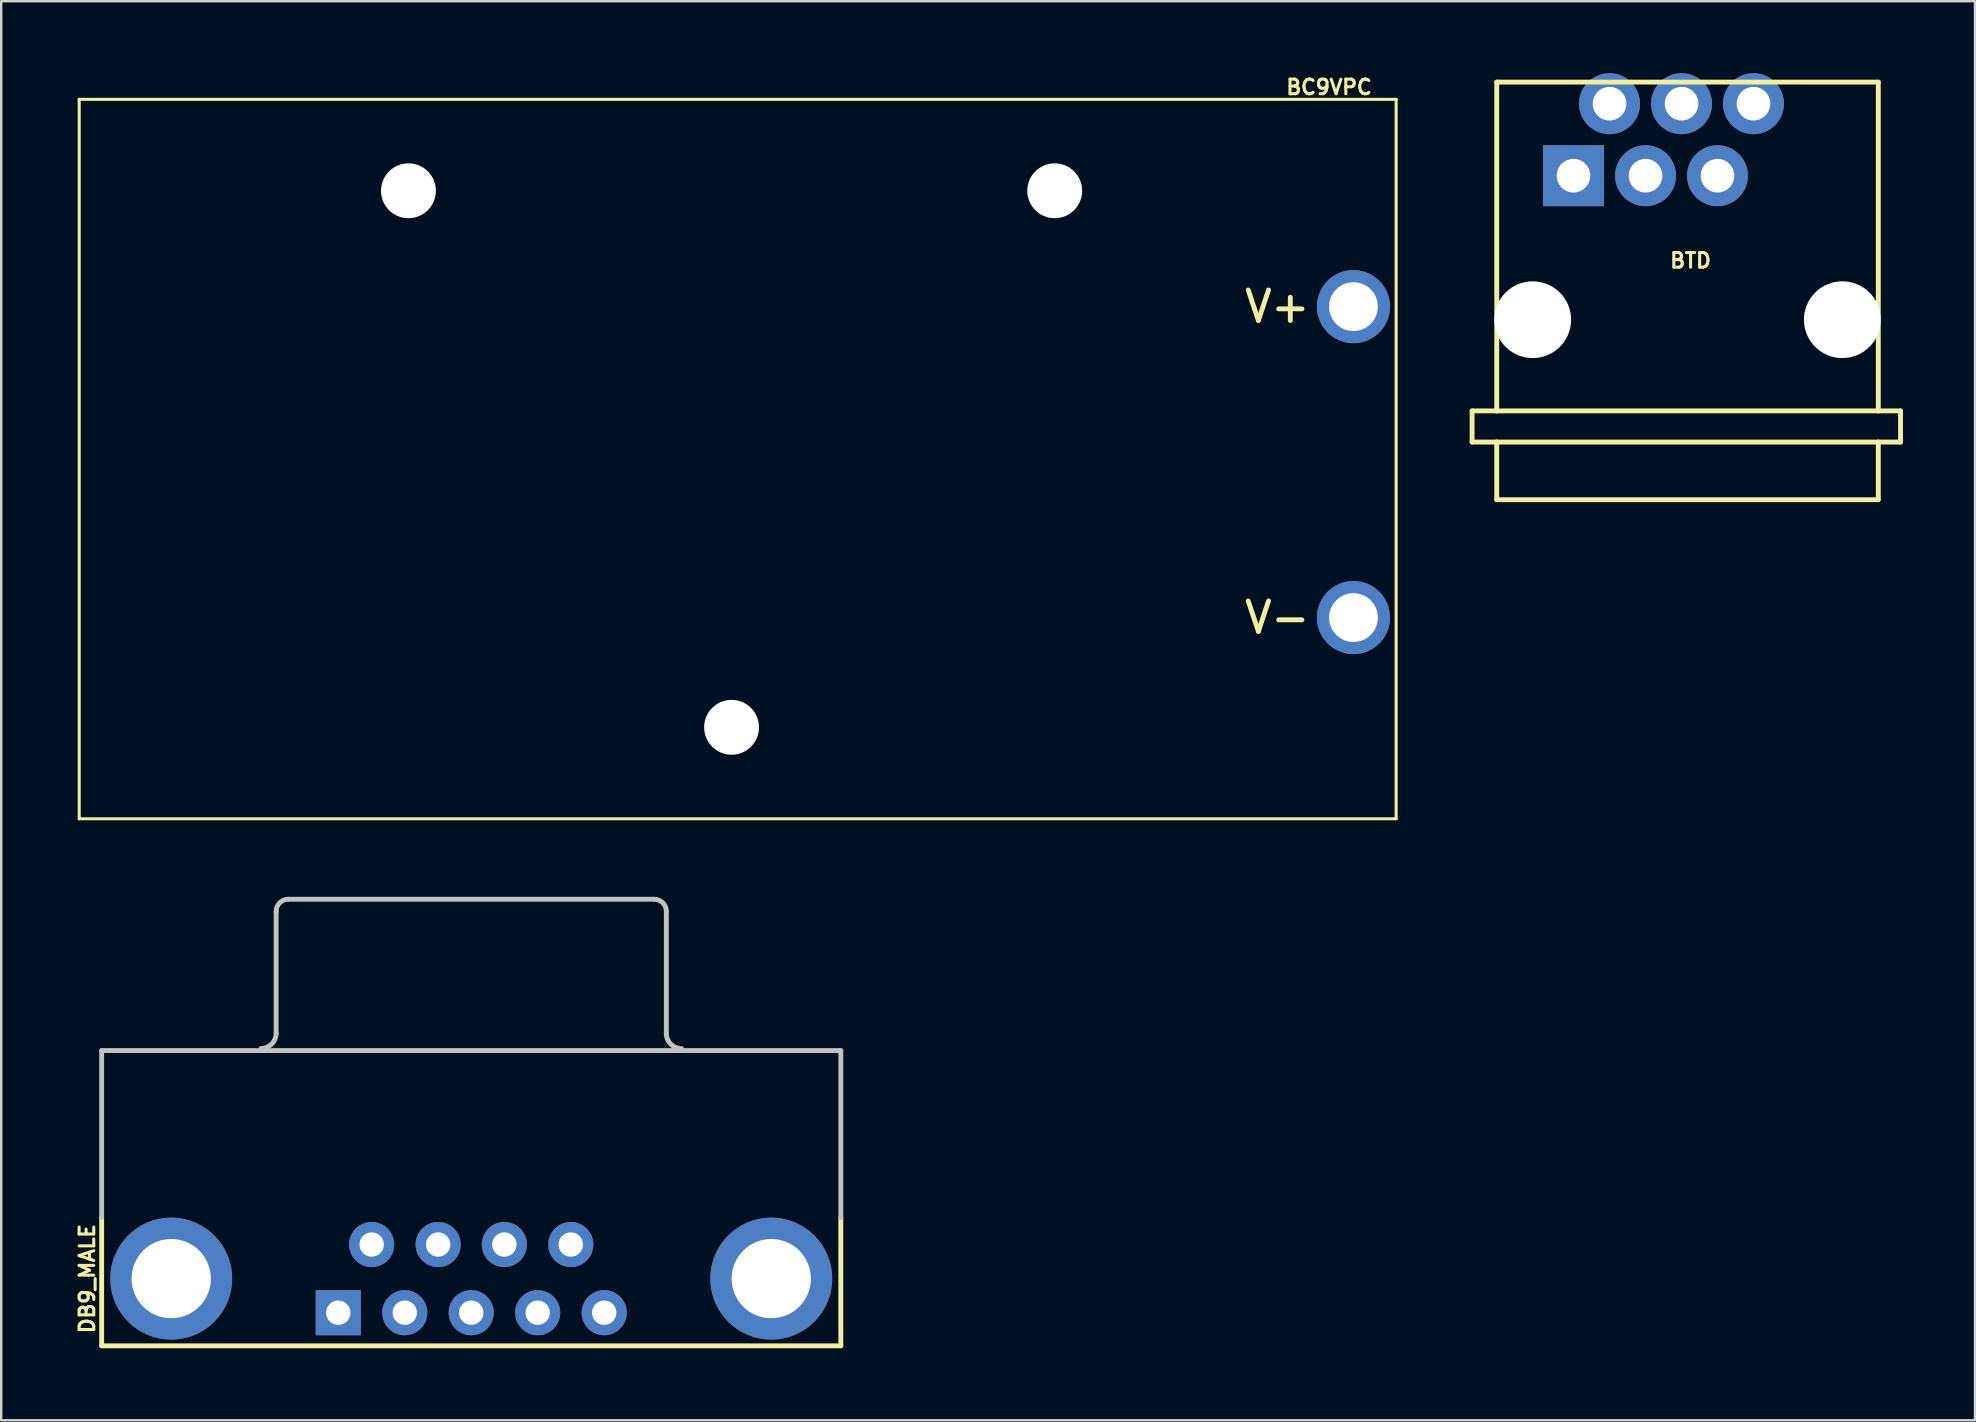
<source format=kicad_pcb>
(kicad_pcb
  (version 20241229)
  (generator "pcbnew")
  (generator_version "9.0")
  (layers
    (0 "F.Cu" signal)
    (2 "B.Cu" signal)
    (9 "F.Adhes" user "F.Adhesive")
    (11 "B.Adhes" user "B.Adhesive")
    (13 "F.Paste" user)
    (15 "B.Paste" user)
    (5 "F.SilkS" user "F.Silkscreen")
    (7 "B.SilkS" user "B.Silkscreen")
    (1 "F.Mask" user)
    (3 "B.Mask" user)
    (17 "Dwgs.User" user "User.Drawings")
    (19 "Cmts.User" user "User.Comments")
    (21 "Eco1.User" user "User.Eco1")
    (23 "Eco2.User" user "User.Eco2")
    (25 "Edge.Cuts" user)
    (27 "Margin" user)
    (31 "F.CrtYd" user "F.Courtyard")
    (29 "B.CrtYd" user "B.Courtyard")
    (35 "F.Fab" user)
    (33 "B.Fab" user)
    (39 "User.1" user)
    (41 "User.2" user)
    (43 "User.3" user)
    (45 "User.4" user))
  (footprint "BC9VPC"
    (layer "F.Cu")
    (at 0.25 31.06)
    (property "Reference" "BC9VPC" (at 52.07 -30.48 0) (layer "F.SilkS") (effects (font (size 0.61 0.61) (thickness 0.127))))
    (attr exclude_from_pos_files exclude_from_bom)
    (fp_line (start 0 -29.972) (end 54.864 -29.972) (stroke (width 0.127) (type solid)) (layer "F.SilkS"))
    (fp_line (start 0 0) (end 0 -29.972) (stroke (width 0.127) (type solid)) (layer "F.SilkS"))
    (fp_line (start 54.864 -29.972) (end 54.864 0) (stroke (width 0.127) (type solid)) (layer "F.SilkS"))
    (fp_line (start 54.864 0) (end 0 0) (stroke (width 0.127) (type solid)) (layer "F.SilkS"))
    (fp_text user "V+" (at 49.911 -21.336 0) (layer "F.SilkS") (effects (font (size 1.27 1.27) (thickness 0.203))))
    (fp_text user "V-" (at 49.911 -8.382 0) (layer "F.SilkS") (effects (font (size 1.27 1.27) (thickness 0.203))))
    (pad "" np_thru_hole circle (at 13.716 -26.162) (size 2.286 2.286) (drill 2.286) (layers "*.Cu" "*.Mask"))
    (pad "" np_thru_hole circle (at 27.178 -3.81) (size 2.286 2.286) (drill 2.286) (layers "*.Cu" "*.Mask"))
    (pad "" np_thru_hole circle (at 40.64 -26.162) (size 2.286 2.286) (drill 2.286) (layers "*.Cu" "*.Mask"))
    (pad "V+" thru_hole circle (at 53.086 -21.336) (size 3.048 3.048) (drill 2.032) (layers "*.Cu" "*.Paste" "*.Mask"))
    (pad "V-" thru_hole circle (at 53.086 -8.382) (size 3.048 3.048) (drill 2.032) (layers "*.Cu" "*.Paste" "*.Mask")))
  (footprint "BTD"
    (layer "F.Cu")
    (at 67.253 10.269)
    (property "Reference" "BTD" (at 0.127 -2.464 0) (layer "F.SilkS") (effects (font (size 0.61 0.61) (thickness 0.127))))
    (attr exclude_from_pos_files exclude_from_bom)
    (fp_line (start -8.974 3.8) (end -8.974 5.098) (stroke (width 0.203) (type solid)) (layer "F.SilkS"))
    (fp_line (start -8.974 3.8) (end -7.948 3.8) (stroke (width 0.203) (type solid)) (layer "F.SilkS"))
    (fp_line (start -8.974 5.098) (end -7.948 5.098) (stroke (width 0.203) (type solid)) (layer "F.SilkS"))
    (fp_line (start -7.948 -9.898) (end 7.948 -9.898) (stroke (width 0.203) (type solid)) (layer "F.SilkS"))
    (fp_line (start -7.948 3.8) (end -7.948 -9.898) (stroke (width 0.203) (type solid)) (layer "F.SilkS"))
    (fp_line (start -7.948 3.8) (end 7.948 3.8) (stroke (width 0.203) (type solid)) (layer "F.SilkS"))
    (fp_line (start -7.948 5.098) (end 7.948 5.098) (stroke (width 0.203) (type solid)) (layer "F.SilkS"))
    (fp_line (start -7.948 7.498) (end -7.948 5.098) (stroke (width 0.203) (type solid)) (layer "F.SilkS"))
    (fp_line (start -7.948 7.498) (end 7.948 7.498) (stroke (width 0.203) (type solid)) (layer "F.SilkS"))
    (fp_line (start 7.948 3.8) (end 7.948 -9.898) (stroke (width 0.203) (type solid)) (layer "F.SilkS"))
    (fp_line (start 7.948 3.8) (end 8.875 3.8) (stroke (width 0.203) (type solid)) (layer "F.SilkS"))
    (fp_line (start 7.948 5.098) (end 8.875 5.098) (stroke (width 0.203) (type solid)) (layer "F.SilkS"))
    (fp_line (start 7.948 7.498) (end 7.948 5.098) (stroke (width 0.203) (type solid)) (layer "F.SilkS"))
    (fp_line (start 8.875 3.8) (end 8.875 5.098) (stroke (width 0.203) (type solid)) (layer "F.SilkS"))
    (pad "" np_thru_hole circle (at -6.449 0) (size 3.198 3.198) (drill 3.198) (layers "*.Cu" "*.Mask"))
    (pad "" np_thru_hole circle (at 6.449 0) (size 3.198 3.198) (drill 3.198) (layers "*.Cu" "*.Mask"))
    (pad "1" thru_hole rect (at -4.75 -5.999) (size 2.54 2.54) (drill 1.4) (layers "*.Cu" "*.Paste" "*.Mask"))
    (pad "2" thru_hole circle (at -3.249 -8.999) (size 2.54 2.54) (drill 1.4) (layers "*.Cu" "*.Paste" "*.Mask"))
    (pad "3" thru_hole circle (at -1.748 -5.999) (size 2.54 2.54) (drill 1.4) (layers "*.Cu" "*.Paste" "*.Mask"))
    (pad "4" thru_hole circle (at -0.249 -8.999) (size 2.54 2.54) (drill 1.4) (layers "*.Cu" "*.Paste" "*.Mask"))
    (pad "5" thru_hole circle (at 1.25 -5.999) (size 2.54 2.54) (drill 1.4) (layers "*.Cu" "*.Paste" "*.Mask"))
    (pad "6" thru_hole circle (at 2.748 -8.999) (size 2.54 2.54) (drill 1.4) (layers "*.Cu" "*.Paste" "*.Mask")))
  (footprint "DB9_MALE"
    (layer "F.Cu")
    (at 16.582 50.218)
    (property "Reference" "DB9_MALE" (at -16.002 0 90) (layer "F.SilkS") (effects (font (size 0.61 0.61) (thickness 0.127))))
    (attr exclude_from_pos_files exclude_from_bom)
    (fp_line (start -15.397 2.799) (end -15.397 -2.54) (stroke (width 0.203) (type solid)) (layer "F.SilkS"))
    (fp_line (start -15.397 2.799) (end 15.397 2.799) (stroke (width 0.203) (type solid)) (layer "F.SilkS"))
    (fp_line (start 15.397 2.799) (end 15.397 -2.54) (stroke (width 0.203) (type solid)) (layer "F.SilkS"))
    (fp_line (start -15.397 -9.5) (end 15.397 -9.5) (stroke (width 0.203) (type solid)) (layer "Dwgs.User"))
    (fp_line (start -15.397 -2.543) (end -15.397 -9.5) (stroke (width 0.203) (type solid)) (layer "Dwgs.User"))
    (fp_line (start -8.128 -10.218) (end -8.128 -15.298) (stroke (width 0.203) (type solid)) (layer "Dwgs.User"))
    (fp_line (start -7.62 -15.806) (end 7.62 -15.806) (stroke (width 0.203) (type solid)) (layer "Dwgs.User"))
    (fp_line (start 8.128 -10.218) (end 8.128 -15.298) (stroke (width 0.203) (type solid)) (layer "Dwgs.User"))
    (fp_line (start 15.397 -2.54) (end 15.397 -9.5) (stroke (width 0.203) (type solid)) (layer "Dwgs.User"))
    (fp_arc (start -8.128 -15.29842) (mid -7.97921 -15.65763) (end -7.62 -15.80642) (stroke (width 0.2032) (type solid)) (layer "Dwgs.User"))
    (fp_arc (start -8.128 -10.21842) (mid -8.313243 -9.771203) (end -8.76046 -9.58596) (stroke (width 0.2032) (type solid)) (layer "Dwgs.User"))
    (fp_arc (start 7.62 -15.80642) (mid 7.97921 -15.65763) (end 8.128 -15.29842) (stroke (width 0.2032) (type solid)) (layer "Dwgs.User"))
    (fp_arc (start 8.76046 -9.58342) (mid 8.311447 -9.769407) (end 8.12546 -10.21842) (stroke (width 0.2032) (type solid)) (layer "Dwgs.User"))
    (pad "1" thru_hole circle (at 5.54 1.42) (size 1.88 1.88) (drill 1.016) (layers "*.Cu" "*.Paste" "*.Mask"))
    (pad "2" thru_hole circle (at 2.769 1.42) (size 1.88 1.88) (drill 1.016) (layers "*.Cu" "*.Paste" "*.Mask"))
    (pad "3" thru_hole circle (at 0 1.42) (size 1.88 1.88) (drill 1.016) (layers "*.Cu" "*.Paste" "*.Mask"))
    (pad "4" thru_hole circle (at -2.769 1.42) (size 1.88 1.88) (drill 1.016) (layers "*.Cu" "*.Paste" "*.Mask"))
    (pad "5" thru_hole rect (at -5.54 1.42) (size 1.88 1.88) (drill 1.016) (layers "*.Cu" "*.Paste" "*.Mask"))
    (pad "6" thru_hole circle (at 4.148 -1.42) (size 1.88 1.88) (drill 1.016) (layers "*.Cu" "*.Paste" "*.Mask"))
    (pad "7" thru_hole circle (at 1.379 -1.42) (size 1.88 1.88) (drill 1.016) (layers "*.Cu" "*.Paste" "*.Mask"))
    (pad "8" thru_hole circle (at -1.379 -1.42) (size 1.88 1.88) (drill 1.016) (layers "*.Cu" "*.Paste" "*.Mask"))
    (pad "9" thru_hole circle (at -4.148 -1.42) (size 1.88 1.88) (drill 1.016) (layers "*.Cu" "*.Paste" "*.Mask"))
    (pad "G1" thru_hole circle (at -12.499 0) (size 5.08 5.08) (drill 3.302) (layers "*.Cu" "*.Paste" "*.Mask"))
    (pad "G2" thru_hole circle (at 12.499 0) (size 5.08 5.08) (drill 3.302) (layers "*.Cu" "*.Paste" "*.Mask")))
  (gr_rect
    (start -3 -3)
    (end 79.229 56.118)
    (stroke (width 0.1) (type default))
    (fill no)
    (layer "Edge.Cuts")))
</source>
